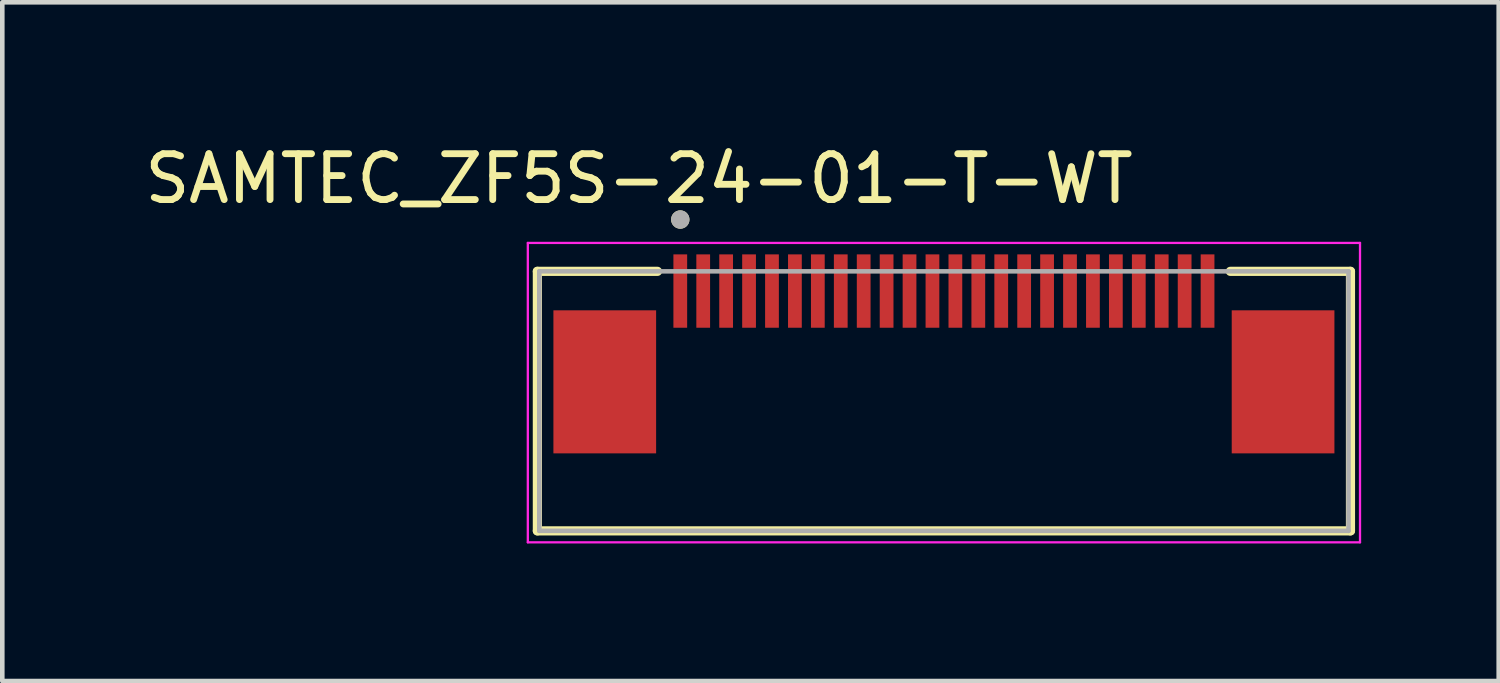
<source format=kicad_pcb>
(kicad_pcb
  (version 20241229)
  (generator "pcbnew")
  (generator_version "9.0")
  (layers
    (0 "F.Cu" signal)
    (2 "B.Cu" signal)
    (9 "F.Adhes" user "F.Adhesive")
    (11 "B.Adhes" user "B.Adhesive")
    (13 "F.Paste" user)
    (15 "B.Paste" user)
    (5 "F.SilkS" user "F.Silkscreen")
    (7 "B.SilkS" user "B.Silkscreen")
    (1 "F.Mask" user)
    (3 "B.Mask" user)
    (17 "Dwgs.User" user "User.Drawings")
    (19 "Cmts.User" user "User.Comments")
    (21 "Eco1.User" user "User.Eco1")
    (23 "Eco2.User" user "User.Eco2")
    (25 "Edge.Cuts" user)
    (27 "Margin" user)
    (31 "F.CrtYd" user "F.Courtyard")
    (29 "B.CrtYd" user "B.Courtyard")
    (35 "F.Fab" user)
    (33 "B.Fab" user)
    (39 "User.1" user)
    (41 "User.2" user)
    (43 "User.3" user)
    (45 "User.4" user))
  (footprint "SAMTEC_ZF5S-24-01-T-WT"
    (layer "F.Cu")
    (at 17.537 5.278)
    (property "Reference" "SAMTEC_ZF5S-24-01-T-WT" (at -6.65 -4.43 0) (layer "F.SilkS") (effects (font (size 1 1) (thickness 0.15))))
    (attr through_hole)
    (fp_line (start -8.867 -2.41) (end -8.867 3.25) (stroke (width 0.2) (type solid)) (layer "F.SilkS"))
    (fp_line (start -8.867 -2.41) (end -6.247 -2.41) (stroke (width 0.2) (type solid)) (layer "F.SilkS"))
    (fp_line (start -8.867 3.25) (end 8.867 3.25) (stroke (width 0.2) (type solid)) (layer "F.SilkS"))
    (fp_line (start 8.867 -2.41) (end 6.247 -2.41) (stroke (width 0.2) (type solid)) (layer "F.SilkS"))
    (fp_line (start 8.867 -2.41) (end 8.867 3.25) (stroke (width 0.2) (type solid)) (layer "F.SilkS"))
    (fp_circle (center -5.75 -3.54) (end -5.65 -3.54) (stroke (width 0.2) (type solid)) (fill no) (layer "F.SilkS"))
    (fp_line (start -9.075 -3.03) (end 9.075 -3.03) (stroke (width 0.05) (type solid)) (layer "F.CrtYd"))
    (fp_line (start -9.075 3.5) (end -9.075 -3.03) (stroke (width 0.05) (type solid)) (layer "F.CrtYd"))
    (fp_line (start 9.075 -3.03) (end 9.075 3.5) (stroke (width 0.05) (type solid)) (layer "F.CrtYd"))
    (fp_line (start 9.075 3.5) (end -9.075 3.5) (stroke (width 0.05) (type solid)) (layer "F.CrtYd"))
    (fp_line (start -8.825 -2.41) (end 8.825 -2.41) (stroke (width 0.1) (type solid)) (layer "F.Fab"))
    (fp_line (start -8.825 3.25) (end -8.825 -2.41) (stroke (width 0.1) (type solid)) (layer "F.Fab"))
    (fp_line (start 8.825 -2.41) (end 8.825 3.25) (stroke (width 0.1) (type solid)) (layer "F.Fab"))
    (fp_line (start 8.825 3.25) (end -8.825 3.25) (stroke (width 0.1) (type solid)) (layer "F.Fab"))
    (fp_circle (center -5.75 -3.54) (end -5.65 -3.54) (stroke (width 0.2) (type solid)) (fill no) (layer "F.Fab"))
    (pad "01" smd rect (at -5.75 -1.98) (size 0.3 1.6) (layers "F.Cu" "F.Mask" "F.Paste"))
    (pad "02" smd rect (at -5.25 -1.98) (size 0.3 1.6) (layers "F.Cu" "F.Mask" "F.Paste"))
    (pad "03" smd rect (at -4.75 -1.98) (size 0.3 1.6) (layers "F.Cu" "F.Mask" "F.Paste"))
    (pad "04" smd rect (at -4.25 -1.98) (size 0.3 1.6) (layers "F.Cu" "F.Mask" "F.Paste"))
    (pad "05" smd rect (at -3.75 -1.98) (size 0.3 1.6) (layers "F.Cu" "F.Mask" "F.Paste"))
    (pad "06" smd rect (at -3.25 -1.98) (size 0.3 1.6) (layers "F.Cu" "F.Mask" "F.Paste"))
    (pad "07" smd rect (at -2.75 -1.98) (size 0.3 1.6) (layers "F.Cu" "F.Mask" "F.Paste"))
    (pad "08" smd rect (at -2.25 -1.98) (size 0.3 1.6) (layers "F.Cu" "F.Mask" "F.Paste"))
    (pad "09" smd rect (at -1.75 -1.98) (size 0.3 1.6) (layers "F.Cu" "F.Mask" "F.Paste"))
    (pad "10" smd rect (at -1.25 -1.98) (size 0.3 1.6) (layers "F.Cu" "F.Mask" "F.Paste"))
    (pad "11" smd rect (at -0.75 -1.98) (size 0.3 1.6) (layers "F.Cu" "F.Mask" "F.Paste"))
    (pad "12" smd rect (at -0.25 -1.98) (size 0.3 1.6) (layers "F.Cu" "F.Mask" "F.Paste"))
    (pad "13" smd rect (at 0.25 -1.98) (size 0.3 1.6) (layers "F.Cu" "F.Mask" "F.Paste"))
    (pad "14" smd rect (at 0.75 -1.98) (size 0.3 1.6) (layers "F.Cu" "F.Mask" "F.Paste"))
    (pad "15" smd rect (at 1.25 -1.98) (size 0.3 1.6) (layers "F.Cu" "F.Mask" "F.Paste"))
    (pad "16" smd rect (at 1.75 -1.98) (size 0.3 1.6) (layers "F.Cu" "F.Mask" "F.Paste"))
    (pad "17" smd rect (at 2.25 -1.98) (size 0.3 1.6) (layers "F.Cu" "F.Mask" "F.Paste"))
    (pad "18" smd rect (at 2.75 -1.98) (size 0.3 1.6) (layers "F.Cu" "F.Mask" "F.Paste"))
    (pad "19" smd rect (at 3.25 -1.98) (size 0.3 1.6) (layers "F.Cu" "F.Mask" "F.Paste"))
    (pad "20" smd rect (at 3.75 -1.98) (size 0.3 1.6) (layers "F.Cu" "F.Mask" "F.Paste"))
    (pad "21" smd rect (at 4.25 -1.98) (size 0.3 1.6) (layers "F.Cu" "F.Mask" "F.Paste"))
    (pad "22" smd rect (at 4.75 -1.98) (size 0.3 1.6) (layers "F.Cu" "F.Mask" "F.Paste"))
    (pad "23" smd rect (at 5.25 -1.98) (size 0.3 1.6) (layers "F.Cu" "F.Mask" "F.Paste"))
    (pad "24" smd rect (at 5.75 -1.98) (size 0.3 1.6) (layers "F.Cu" "F.Mask" "F.Paste"))
    (pad "S1" smd rect (at -7.397 0) (size 2.24 3.12) (layers "F.Cu" "F.Mask" "F.Paste"))
    (pad "S2" smd rect (at 7.397 0) (size 2.24 3.12) (layers "F.Cu" "F.Mask" "F.Paste")))
  (gr_rect
    (start -3 -3)
    (end 29.637 11.803)
    (stroke (width 0.1) (type default))
    (fill no)
    (layer "Edge.Cuts")))
</source>
